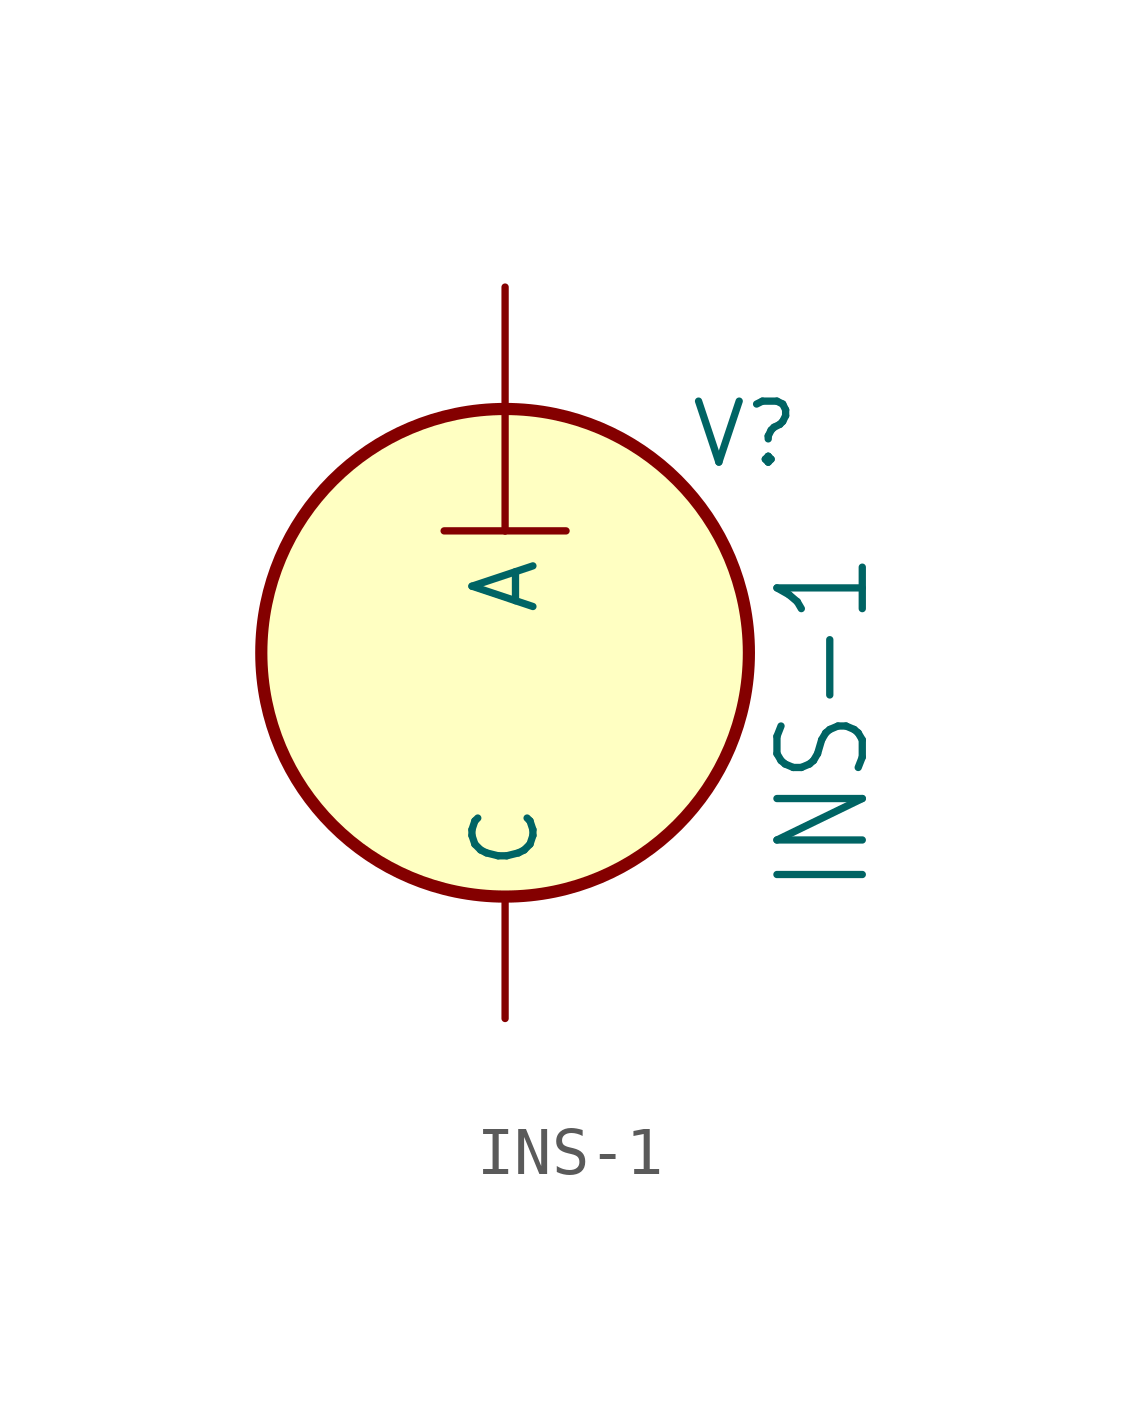
<source format=kicad_sym>
(kicad_symbol_lib
  (version 20220914)
  (generator kicad_symbol_editor)
  (symbol "INS-1"
    (property "Reference" "V"
      (at 3.81 3.81 0)
      (effects (font (size 1.27 1.27)) (justify left bottom)))
    (property "Value" "INS-1"
      (at 5.588 -5.08 90)
      (effects (font (size 1.778 1.511)) (justify left top)))
    (symbol "INS-1_1_0"
      (polyline (pts (xy -1.27 2.54) (xy 0 2.54)) (stroke (width 0) (type solid)) (fill (type none)))
      (polyline (pts (xy 0 2.54) (xy 1.27 2.54)) (stroke (width 0) (type solid)) (fill (type none)))
      (circle (center 0 0) (radius 5.08) (stroke (width 0.254) (type solid)) (fill (type background)))
      (pin power_in line (at 0 7.62 270) (length 5.08) (name "A" (effects (font (size 1.27 1.27)))) (number "A" (effects (font (size 0 0)))))
      (pin power_in line (at 0 -7.62 90) (length 2.54) (name "C" (effects (font (size 1.27 1.27)))) (number "C" (effects (font (size 0 0))))))))
</source>
